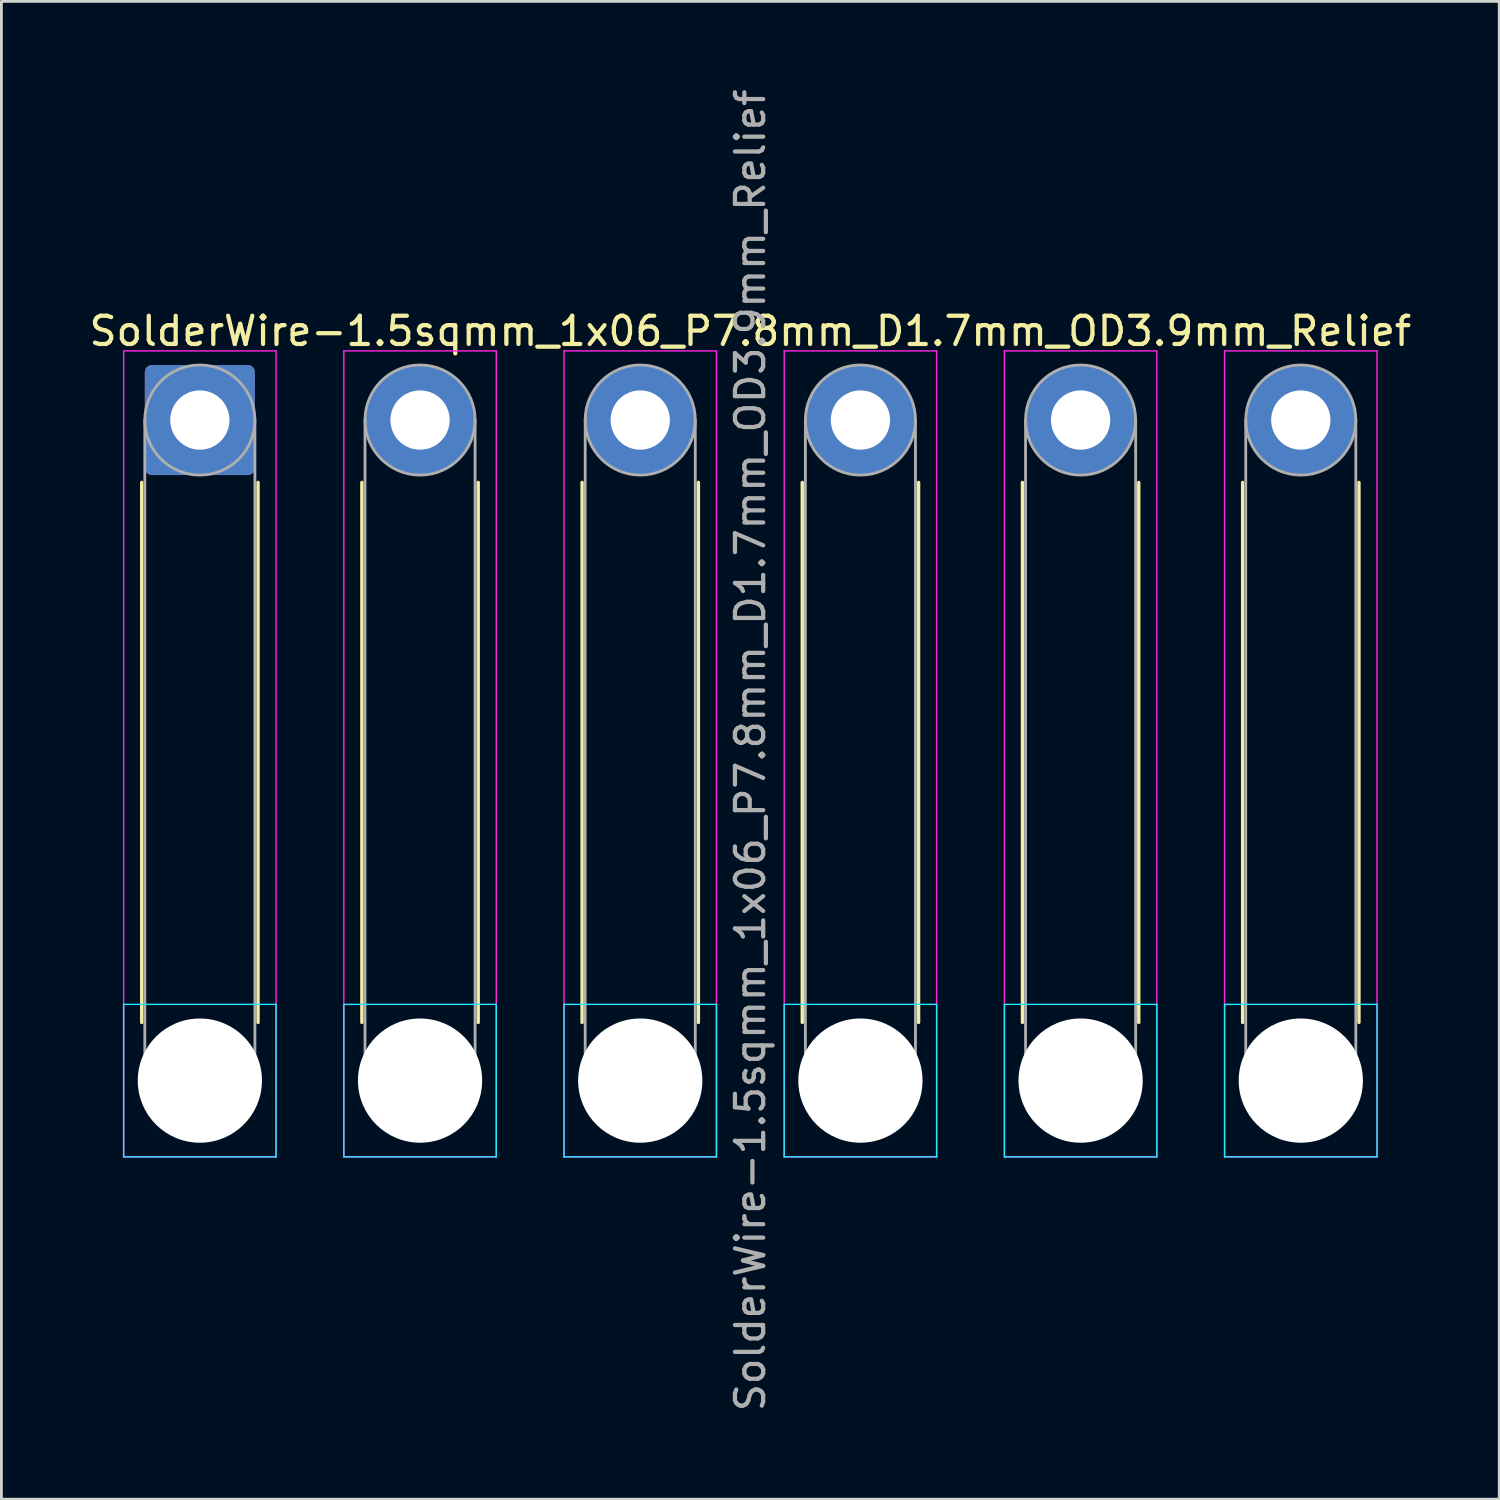
<source format=kicad_pcb>
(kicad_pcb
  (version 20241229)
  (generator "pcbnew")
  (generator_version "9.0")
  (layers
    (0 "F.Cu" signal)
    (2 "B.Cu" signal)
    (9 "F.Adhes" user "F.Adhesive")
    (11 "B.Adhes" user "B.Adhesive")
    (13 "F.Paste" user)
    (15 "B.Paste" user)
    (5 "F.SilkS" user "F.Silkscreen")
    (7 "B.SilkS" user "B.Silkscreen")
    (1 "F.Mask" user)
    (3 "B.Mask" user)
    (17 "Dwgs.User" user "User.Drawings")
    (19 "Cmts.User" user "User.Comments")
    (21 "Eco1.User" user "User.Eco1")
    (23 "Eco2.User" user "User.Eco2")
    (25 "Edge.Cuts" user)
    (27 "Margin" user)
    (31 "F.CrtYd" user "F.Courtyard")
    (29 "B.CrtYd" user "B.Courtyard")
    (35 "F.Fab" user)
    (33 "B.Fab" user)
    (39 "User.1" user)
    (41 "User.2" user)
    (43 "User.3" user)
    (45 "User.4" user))
  (footprint "SolderWire-1.5sqmm_1x06_P7.8mm_D1.7mm_OD3.9mm_Relief"
    (layer "F.Cu")
    (at 4.03 11.83)
    (property "Reference" "SolderWire-1.5sqmm_1x06_P7.8mm_D1.7mm_OD3.9mm_Relief" (at 19.5 -3.15 0) (layer "F.SilkS") (effects (font (size 1 1) (thickness 0.15))))
    (attr exclude_from_pos_files exclude_from_bom)
    (fp_line (start -2.06 2.21) (end -2.06 21.34) (stroke (width 0.12) (type solid)) (layer "F.SilkS"))
    (fp_line (start 2.06 2.21) (end 2.06 21.34) (stroke (width 0.12) (type solid)) (layer "F.SilkS"))
    (fp_line (start 5.74 2.21) (end 5.74 21.34) (stroke (width 0.12) (type solid)) (layer "F.SilkS"))
    (fp_line (start 9.86 2.21) (end 9.86 21.34) (stroke (width 0.12) (type solid)) (layer "F.SilkS"))
    (fp_line (start 13.54 2.21) (end 13.54 21.34) (stroke (width 0.12) (type solid)) (layer "F.SilkS"))
    (fp_line (start 17.66 2.21) (end 17.66 21.34) (stroke (width 0.12) (type solid)) (layer "F.SilkS"))
    (fp_line (start 21.34 2.21) (end 21.34 21.34) (stroke (width 0.12) (type solid)) (layer "F.SilkS"))
    (fp_line (start 25.46 2.21) (end 25.46 21.34) (stroke (width 0.12) (type solid)) (layer "F.SilkS"))
    (fp_line (start 29.14 2.21) (end 29.14 21.34) (stroke (width 0.12) (type solid)) (layer "F.SilkS"))
    (fp_line (start 33.26 2.21) (end 33.26 21.34) (stroke (width 0.12) (type solid)) (layer "F.SilkS"))
    (fp_line (start 36.94 2.21) (end 36.94 21.34) (stroke (width 0.12) (type solid)) (layer "F.SilkS"))
    (fp_line (start 41.06 2.21) (end 41.06 21.34) (stroke (width 0.12) (type solid)) (layer "F.SilkS"))
    (fp_line (start -2.7 20.7) (end -2.7 26.1) (stroke (width 0.05) (type solid)) (layer "B.CrtYd"))
    (fp_line (start -2.7 26.1) (end 2.7 26.1) (stroke (width 0.05) (type solid)) (layer "B.CrtYd"))
    (fp_line (start 2.7 20.7) (end -2.7 20.7) (stroke (width 0.05) (type solid)) (layer "B.CrtYd"))
    (fp_line (start 2.7 26.1) (end 2.7 20.7) (stroke (width 0.05) (type solid)) (layer "B.CrtYd"))
    (fp_line (start 5.1 20.7) (end 5.1 26.1) (stroke (width 0.05) (type solid)) (layer "B.CrtYd"))
    (fp_line (start 5.1 26.1) (end 10.5 26.1) (stroke (width 0.05) (type solid)) (layer "B.CrtYd"))
    (fp_line (start 10.5 20.7) (end 5.1 20.7) (stroke (width 0.05) (type solid)) (layer "B.CrtYd"))
    (fp_line (start 10.5 26.1) (end 10.5 20.7) (stroke (width 0.05) (type solid)) (layer "B.CrtYd"))
    (fp_line (start 12.9 20.7) (end 12.9 26.1) (stroke (width 0.05) (type solid)) (layer "B.CrtYd"))
    (fp_line (start 12.9 26.1) (end 18.3 26.1) (stroke (width 0.05) (type solid)) (layer "B.CrtYd"))
    (fp_line (start 18.3 20.7) (end 12.9 20.7) (stroke (width 0.05) (type solid)) (layer "B.CrtYd"))
    (fp_line (start 18.3 26.1) (end 18.3 20.7) (stroke (width 0.05) (type solid)) (layer "B.CrtYd"))
    (fp_line (start 20.7 20.7) (end 20.7 26.1) (stroke (width 0.05) (type solid)) (layer "B.CrtYd"))
    (fp_line (start 20.7 26.1) (end 26.1 26.1) (stroke (width 0.05) (type solid)) (layer "B.CrtYd"))
    (fp_line (start 26.1 20.7) (end 20.7 20.7) (stroke (width 0.05) (type solid)) (layer "B.CrtYd"))
    (fp_line (start 26.1 26.1) (end 26.1 20.7) (stroke (width 0.05) (type solid)) (layer "B.CrtYd"))
    (fp_line (start 28.5 20.7) (end 28.5 26.1) (stroke (width 0.05) (type solid)) (layer "B.CrtYd"))
    (fp_line (start 28.5 26.1) (end 33.9 26.1) (stroke (width 0.05) (type solid)) (layer "B.CrtYd"))
    (fp_line (start 33.9 20.7) (end 28.5 20.7) (stroke (width 0.05) (type solid)) (layer "B.CrtYd"))
    (fp_line (start 33.9 26.1) (end 33.9 20.7) (stroke (width 0.05) (type solid)) (layer "B.CrtYd"))
    (fp_line (start 36.3 20.7) (end 36.3 26.1) (stroke (width 0.05) (type solid)) (layer "B.CrtYd"))
    (fp_line (start 36.3 26.1) (end 41.7 26.1) (stroke (width 0.05) (type solid)) (layer "B.CrtYd"))
    (fp_line (start 41.7 20.7) (end 36.3 20.7) (stroke (width 0.05) (type solid)) (layer "B.CrtYd"))
    (fp_line (start 41.7 26.1) (end 41.7 20.7) (stroke (width 0.05) (type solid)) (layer "B.CrtYd"))
    (fp_line (start -2.7 -2.45) (end -2.7 26.1) (stroke (width 0.05) (type solid)) (layer "F.CrtYd"))
    (fp_line (start -2.7 26.1) (end 2.7 26.1) (stroke (width 0.05) (type solid)) (layer "F.CrtYd"))
    (fp_line (start 2.7 -2.45) (end -2.7 -2.45) (stroke (width 0.05) (type solid)) (layer "F.CrtYd"))
    (fp_line (start 2.7 26.1) (end 2.7 -2.45) (stroke (width 0.05) (type solid)) (layer "F.CrtYd"))
    (fp_line (start 5.1 -2.45) (end 5.1 26.1) (stroke (width 0.05) (type solid)) (layer "F.CrtYd"))
    (fp_line (start 5.1 26.1) (end 10.5 26.1) (stroke (width 0.05) (type solid)) (layer "F.CrtYd"))
    (fp_line (start 10.5 -2.45) (end 5.1 -2.45) (stroke (width 0.05) (type solid)) (layer "F.CrtYd"))
    (fp_line (start 10.5 26.1) (end 10.5 -2.45) (stroke (width 0.05) (type solid)) (layer "F.CrtYd"))
    (fp_line (start 12.9 -2.45) (end 12.9 26.1) (stroke (width 0.05) (type solid)) (layer "F.CrtYd"))
    (fp_line (start 12.9 26.1) (end 18.3 26.1) (stroke (width 0.05) (type solid)) (layer "F.CrtYd"))
    (fp_line (start 18.3 -2.45) (end 12.9 -2.45) (stroke (width 0.05) (type solid)) (layer "F.CrtYd"))
    (fp_line (start 18.3 26.1) (end 18.3 -2.45) (stroke (width 0.05) (type solid)) (layer "F.CrtYd"))
    (fp_line (start 20.7 -2.45) (end 20.7 26.1) (stroke (width 0.05) (type solid)) (layer "F.CrtYd"))
    (fp_line (start 20.7 26.1) (end 26.1 26.1) (stroke (width 0.05) (type solid)) (layer "F.CrtYd"))
    (fp_line (start 26.1 -2.45) (end 20.7 -2.45) (stroke (width 0.05) (type solid)) (layer "F.CrtYd"))
    (fp_line (start 26.1 26.1) (end 26.1 -2.45) (stroke (width 0.05) (type solid)) (layer "F.CrtYd"))
    (fp_line (start 28.5 -2.45) (end 28.5 26.1) (stroke (width 0.05) (type solid)) (layer "F.CrtYd"))
    (fp_line (start 28.5 26.1) (end 33.9 26.1) (stroke (width 0.05) (type solid)) (layer "F.CrtYd"))
    (fp_line (start 33.9 -2.45) (end 28.5 -2.45) (stroke (width 0.05) (type solid)) (layer "F.CrtYd"))
    (fp_line (start 33.9 26.1) (end 33.9 -2.45) (stroke (width 0.05) (type solid)) (layer "F.CrtYd"))
    (fp_line (start 36.3 -2.45) (end 36.3 26.1) (stroke (width 0.05) (type solid)) (layer "F.CrtYd"))
    (fp_line (start 36.3 26.1) (end 41.7 26.1) (stroke (width 0.05) (type solid)) (layer "F.CrtYd"))
    (fp_line (start 41.7 -2.45) (end 36.3 -2.45) (stroke (width 0.05) (type solid)) (layer "F.CrtYd"))
    (fp_line (start 41.7 26.1) (end 41.7 -2.45) (stroke (width 0.05) (type solid)) (layer "F.CrtYd"))
    (fp_line (start -1.95 0) (end -1.95 23.4) (stroke (width 0.1) (type solid)) (layer "F.Fab"))
    (fp_line (start 1.95 0) (end 1.95 23.4) (stroke (width 0.1) (type solid)) (layer "F.Fab"))
    (fp_line (start 5.85 0) (end 5.85 23.4) (stroke (width 0.1) (type solid)) (layer "F.Fab"))
    (fp_line (start 9.75 0) (end 9.75 23.4) (stroke (width 0.1) (type solid)) (layer "F.Fab"))
    (fp_line (start 13.65 0) (end 13.65 23.4) (stroke (width 0.1) (type solid)) (layer "F.Fab"))
    (fp_line (start 17.55 0) (end 17.55 23.4) (stroke (width 0.1) (type solid)) (layer "F.Fab"))
    (fp_line (start 21.45 0) (end 21.45 23.4) (stroke (width 0.1) (type solid)) (layer "F.Fab"))
    (fp_line (start 25.35 0) (end 25.35 23.4) (stroke (width 0.1) (type solid)) (layer "F.Fab"))
    (fp_line (start 29.25 0) (end 29.25 23.4) (stroke (width 0.1) (type solid)) (layer "F.Fab"))
    (fp_line (start 33.15 0) (end 33.15 23.4) (stroke (width 0.1) (type solid)) (layer "F.Fab"))
    (fp_line (start 37.05 0) (end 37.05 23.4) (stroke (width 0.1) (type solid)) (layer "F.Fab"))
    (fp_line (start 40.95 0) (end 40.95 23.4) (stroke (width 0.1) (type solid)) (layer "F.Fab"))
    (fp_circle (center 0 0) (end 1.95 0) (stroke (width 0.1) (type solid)) (fill no) (layer "F.Fab"))
    (fp_circle (center 0 23.4) (end 1.95 23.4) (stroke (width 0.1) (type solid)) (fill no) (layer "F.Fab"))
    (fp_circle (center 7.8 0) (end 9.75 0) (stroke (width 0.1) (type solid)) (fill no) (layer "F.Fab"))
    (fp_circle (center 7.8 23.4) (end 9.75 23.4) (stroke (width 0.1) (type solid)) (fill no) (layer "F.Fab"))
    (fp_circle (center 15.6 0) (end 17.55 0) (stroke (width 0.1) (type solid)) (fill no) (layer "F.Fab"))
    (fp_circle (center 15.6 23.4) (end 17.55 23.4) (stroke (width 0.1) (type solid)) (fill no) (layer "F.Fab"))
    (fp_circle (center 23.4 0) (end 25.35 0) (stroke (width 0.1) (type solid)) (fill no) (layer "F.Fab"))
    (fp_circle (center 23.4 23.4) (end 25.35 23.4) (stroke (width 0.1) (type solid)) (fill no) (layer "F.Fab"))
    (fp_circle (center 31.2 0) (end 33.15 0) (stroke (width 0.1) (type solid)) (fill no) (layer "F.Fab"))
    (fp_circle (center 31.2 23.4) (end 33.15 23.4) (stroke (width 0.1) (type solid)) (fill no) (layer "F.Fab"))
    (fp_circle (center 39 0) (end 40.95 0) (stroke (width 0.1) (type solid)) (fill no) (layer "F.Fab"))
    (fp_circle (center 39 23.4) (end 40.95 23.4) (stroke (width 0.1) (type solid)) (fill no) (layer "F.Fab"))
    (fp_text user "${REFERENCE}" (at 19.5 11.7 90) (layer "F.Fab") (effects (font (size 1 1) (thickness 0.15))))
    (pad "" np_thru_hole circle (at 0 23.4) (size 4.4 4.4) (drill 4.4) (layers "*.Cu" "*.Mask"))
    (pad "" np_thru_hole circle (at 7.8 23.4) (size 4.4 4.4) (drill 4.4) (layers "*.Cu" "*.Mask"))
    (pad "" np_thru_hole circle (at 15.6 23.4) (size 4.4 4.4) (drill 4.4) (layers "*.Cu" "*.Mask"))
    (pad "" np_thru_hole circle (at 23.4 23.4) (size 4.4 4.4) (drill 4.4) (layers "*.Cu" "*.Mask"))
    (pad "" np_thru_hole circle (at 31.2 23.4) (size 4.4 4.4) (drill 4.4) (layers "*.Cu" "*.Mask"))
    (pad "" np_thru_hole circle (at 39 23.4) (size 4.4 4.4) (drill 4.4) (layers "*.Cu" "*.Mask"))
    (pad "1" thru_hole roundrect (at 0 0) (size 3.9 3.9) (drill 2.1) (layers "*.Cu" "*.Mask") (roundrect_rratio 0.064))
    (pad "2" thru_hole circle (at 7.8 0) (size 3.9 3.9) (drill 2.1) (layers "*.Cu" "*.Mask"))
    (pad "3" thru_hole circle (at 15.6 0) (size 3.9 3.9) (drill 2.1) (layers "*.Cu" "*.Mask"))
    (pad "4" thru_hole circle (at 23.4 0) (size 3.9 3.9) (drill 2.1) (layers "*.Cu" "*.Mask"))
    (pad "5" thru_hole circle (at 31.2 0) (size 3.9 3.9) (drill 2.1) (layers "*.Cu" "*.Mask"))
    (pad "6" thru_hole circle (at 39 0) (size 3.9 3.9) (drill 2.1) (layers "*.Cu" "*.Mask")))
  (gr_rect
    (start -3 -3)
    (end 50.06 50.06)
    (stroke (width 0.1) (type default))
    (fill no)
    (layer "Edge.Cuts")))
</source>
